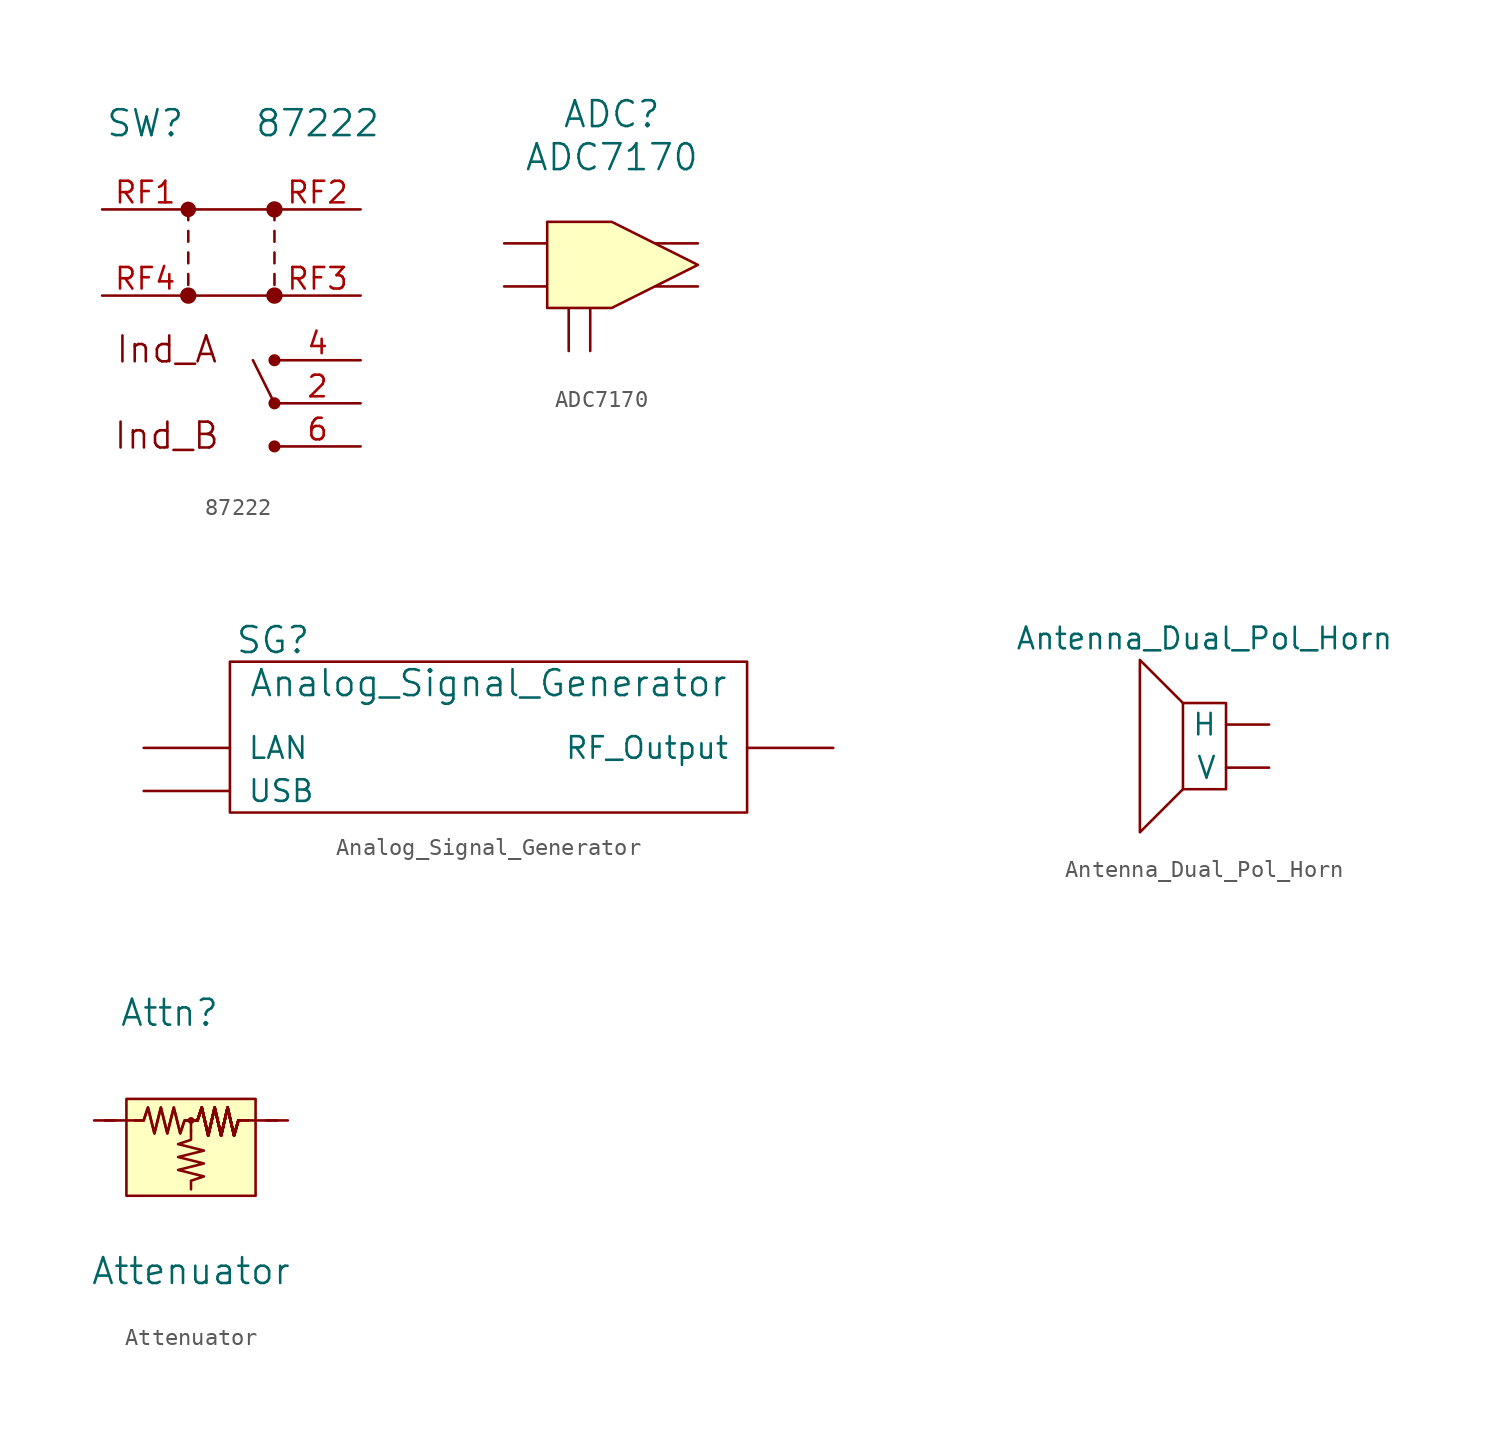
<source format=kicad_sym>
(kicad_symbol_lib
  (version 20211014)
  (generator kicad_symbol_editor)
  (symbol "87222"
    (pin_names
      (offset 1.016))
    (property "Reference" "SW"
      (at -5.08 10.16 0)
      (effects (font (size 1.524 1.524))))
    (property "Value" "87222"
      (at 5.08 10.16 0)
      (effects (font (size 1.524 1.524))))
    (property "Footprint" ""
      (at 0 3.81 0)
      (effects (font (size 1.524 1.524))))
    (property "Datasheet" ""
      (at 0 3.81 0)
      (effects (font (size 1.524 1.524))))
    (symbol "87222_0_0"
      (text "Ind_A" (at -3.81 -3.175 0) (effects (font (size 1.524 1.524))))
      (text "Ind_B" (at -3.81 -8.255 0) (effects (font (size 1.524 1.524)))))
    (symbol "87222_0_1"
      (circle (center -2.54 0) (radius 0.406) (stroke (width 0) (type default) (color 0 0 0 0)) (fill (type outline)))
      (circle (center -2.54 5.08) (radius 0.381) (stroke (width 0) (type default) (color 0 0 0 0)) (fill (type outline)))
      (polyline (pts (xy -2.54 0) (xy 2.54 0)) (stroke (width 0) (type default) (color 0 0 0 0)) (fill (type none)))
      (polyline (pts (xy -2.54 1.27) (xy -2.54 0.635)) (stroke (width 0) (type default) (color 0 0 0 0)) (fill (type none)))
      (polyline (pts (xy -2.54 2.54) (xy -2.54 1.905)) (stroke (width 0) (type default) (color 0 0 0 0)) (fill (type none)))
      (polyline (pts (xy -2.54 3.81) (xy -2.54 3.175)) (stroke (width 0) (type default) (color 0 0 0 0)) (fill (type none)))
      (polyline (pts (xy -2.54 5.08) (xy -2.54 4.445)) (stroke (width 0) (type default) (color 0 0 0 0)) (fill (type none)))
      (polyline (pts (xy -2.54 5.08) (xy 2.54 5.08)) (stroke (width 0) (type default) (color 0 0 0 0)) (fill (type none)))
      (polyline (pts (xy 2.54 -6.35) (xy 1.27 -3.81)) (stroke (width 0) (type default) (color 0 0 0 0)) (fill (type none)))
      (polyline (pts (xy 2.54 1.27) (xy 2.54 0.635)) (stroke (width 0) (type default) (color 0 0 0 0)) (fill (type none)))
      (polyline (pts (xy 2.54 2.54) (xy 2.54 1.905)) (stroke (width 0) (type default) (color 0 0 0 0)) (fill (type none)))
      (polyline (pts (xy 2.54 3.81) (xy 2.54 3.175)) (stroke (width 0) (type default) (color 0 0 0 0)) (fill (type none)))
      (polyline (pts (xy 2.54 5.08) (xy 2.54 4.445)) (stroke (width 0) (type default) (color 0 0 0 0)) (fill (type none)))
      (circle (center 2.54 -8.89) (radius 0.279) (stroke (width 0) (type default) (color 0 0 0 0)) (fill (type outline)))
      (circle (center 2.54 -6.35) (radius 0.279) (stroke (width 0) (type default) (color 0 0 0 0)) (fill (type outline)))
      (circle (center 2.54 -3.81) (radius 0.279) (stroke (width 0) (type default) (color 0 0 0 0)) (fill (type outline)))
      (circle (center 2.54 0) (radius 0.406) (stroke (width 0) (type default) (color 0 0 0 0)) (fill (type outline)))
      (circle (center 2.54 5.08) (radius 0.406) (stroke (width 0) (type default) (color 0 0 0 0)) (fill (type outline))))
    (symbol "87222_1_1"
      (pin input line (at 7.62 -6.35 180) (length 5.08) (name "~" (effects (font (size 1.27 1.27)))) (number "2" (effects (font (size 1.27 1.27)))))
      (pin input line (at 7.62 -3.81 180) (length 5.08) (name "~" (effects (font (size 1.27 1.27)))) (number "4" (effects (font (size 1.27 1.27)))))
      (pin input line (at 7.62 -8.89 180) (length 5.08) (name "~" (effects (font (size 1.27 1.27)))) (number "6" (effects (font (size 1.27 1.27)))))
      (pin input line (at -7.62 5.08 0) (length 5.08) (name "~" (effects (font (size 1.27 1.27)))) (number "RF1" (effects (font (size 1.27 1.27)))))
      (pin input line (at 7.62 5.08 180) (length 5.08) (name "~" (effects (font (size 1.27 1.27)))) (number "RF2" (effects (font (size 1.27 1.27)))))
      (pin input line (at 7.62 0 180) (length 5.08) (name "~" (effects (font (size 1.27 1.27)))) (number "RF3" (effects (font (size 1.27 1.27)))))
      (pin input line (at -7.62 0 0) (length 5.08) (name "~" (effects (font (size 1.27 1.27)))) (number "RF4" (effects (font (size 1.27 1.27)))))))
  (symbol "ADC7170"
    (pin_names
      (offset 1.016))
    (property "Reference" "ADC"
      (at -2.54 8.89 0)
      (effects (font (size 1.524 1.524))))
    (property "Value" "ADC7170"
      (at -2.54 6.35 0)
      (effects (font (size 1.524 1.524))))
    (property "Footprint" ""
      (at 0 0 0)
      (effects (font (size 1.524 1.524))))
    (property "Datasheet" ""
      (at 0 0 0)
      (effects (font (size 1.524 1.524))))
    (symbol "ADC7170_0_1"
      (polyline (pts (xy -6.35 2.54) (xy -2.54 2.54) (xy 2.54 0) (xy -2.54 -2.54) (xy -6.35 -2.54) (xy -6.35 2.54)) (stroke (width 0) (type default) (color 0 0 0 0)) (fill (type background))))
    (symbol "ADC7170_1_1"
      (pin output line (at -8.89 -1.27 0) (length 2.489) (name "~" (effects (font (size 1.27 1.27)))) (number "~" (effects (font (size 1.27 1.27)))))
      (pin output line (at -8.89 1.27 0) (length 2.489) (name "~" (effects (font (size 1.27 1.27)))) (number "~" (effects (font (size 1.27 1.27)))))
      (pin input line (at -5.08 -5.08 90) (length 2.489) (name "~" (effects (font (size 1.27 1.27)))) (number "~" (effects (font (size 1.27 1.27)))))
      (pin input line (at -3.81 -5.08 90) (length 2.489) (name "~" (effects (font (size 1.27 1.27)))) (number "~" (effects (font (size 1.27 1.27)))))
      (pin input line (at 2.54 -1.27 180) (length 2.489) (name "~" (effects (font (size 1.27 1.27)))) (number "~" (effects (font (size 1.27 1.27)))))
      (pin input line (at 2.54 1.27 180) (length 2.489) (name "~" (effects (font (size 1.27 1.27)))) (number "~" (effects (font (size 1.27 1.27)))))))
  (symbol "Analog_Signal_Generator"
    (pin_names
      (offset 1.016))
    (property "Reference" "SG"
      (at -11.43 3.81 0)
      (effects (font (size 1.524 1.524))))
    (property "Value" "Analog_Signal_Generator"
      (at 1.27 1.27 0)
      (effects (font (size 1.524 1.524))))
    (property "Footprint" ""
      (at 0 0 0)
      (effects (font (size 1.524 1.524))))
    (property "Datasheet" ""
      (at 0 0 0)
      (effects (font (size 1.524 1.524))))
    (symbol "Analog_Signal_Generator_0_0"
      (rectangle (start -13.97 2.54) (end 16.51 -6.35) (stroke (width 0) (type default) (color 0 0 0 0)) (fill (type none))))
    (symbol "Analog_Signal_Generator_1_1"
      (pin input line (at -19.05 -2.54 0) (length 5.08) (name "LAN" (effects (font (size 1.27 1.27)))) (number "~" (effects (font (size 1.27 1.27)))))
      (pin input line (at 21.59 -2.54 180) (length 5.08) (name "RF_Output~{}" (effects (font (size 1.27 1.27)))) (number "~" (effects (font (size 1.27 1.27)))))
      (pin input line (at -19.05 -5.08 0) (length 5.08) (name "USB" (effects (font (size 1.27 1.27)))) (number "~" (effects (font (size 1.27 1.27)))))))
  (symbol "Antenna_Dual_Pol_Horn"
    (property "Reference" "U"
      (at 0 12.7 0)
      (effects (font (size 1.27 1.27)) hide))
    (property "Value" "Antenna_Dual_Pol_Horn"
      (at 0 6.35 0)
      (effects (font (size 1.27 1.27))))
    (symbol "Antenna_Dual_Pol_Horn_0_1"
      (polyline (pts (xy -1.27 2.54) (xy -3.81 5.08) (xy -3.81 -5.08) (xy -1.27 -2.54)) (stroke (width 0) (type default) (color 0 0 0 0)) (fill (type none)))
      (rectangle (start 1.27 2.54) (end -1.27 -2.54) (stroke (width 0) (type default) (color 0 0 0 0)) (fill (type none))))
    (symbol "Antenna_Dual_Pol_Horn_1_1"
      (pin bidirectional line (at 3.81 1.27 180) (length 2.54) (name "H" (effects (font (size 1.27 1.27)))) (number "" (effects (font (size 1.27 1.27)))))
      (pin bidirectional line (at 3.81 -1.27 180) (length 2.54) (name "V" (effects (font (size 1.27 1.27)))) (number "" (effects (font (size 1.27 1.27)))))))
  (symbol "Attenuator"
    (pin_names
      (offset 1.016))
    (property "Reference" "Attn"
      (at -1.27 6.35 0)
      (effects (font (size 1.524 1.524))))
    (property "Value" "Attenuator"
      (at 0 -8.89 0)
      (effects (font (size 1.524 1.524))))
    (property "Footprint" ""
      (at 1.27 1.27 0)
      (effects (font (size 1.524 1.524))))
    (property "Datasheet" ""
      (at 1.27 1.27 0)
      (effects (font (size 1.524 1.524))))
    (symbol "Attenuator_0_1"
      (rectangle (start -3.81 1.27) (end 3.81 -4.445) (stroke (width 0) (type default) (color 0 0 0 0)) (fill (type background)))
      (polyline (pts (xy -5.08 0) (xy -4.445 0)) (stroke (width 0) (type default) (color 0 0 0 0)) (fill (type none)))
      (polyline (pts (xy -3.302 0) (xy -2.921 0)) (stroke (width 0) (type default) (color 0 0 0 0)) (fill (type none)))
      (polyline (pts (xy -2.794 0) (xy -3.048 0)) (stroke (width 0) (type default) (color 0 0 0 0)) (fill (type none)))
      (polyline (pts (xy 0 -0.635) (xy 0 0)) (stroke (width 0) (type default) (color 0 0 0 0)) (fill (type none)))
      (polyline (pts (xy 2.794 0) (xy 3.048 0)) (stroke (width 0) (type default) (color 0 0 0 0)) (fill (type none)))
      (polyline (pts (xy 3.429 0) (xy 2.921 0)) (stroke (width 0) (type default) (color 0 0 0 0)) (fill (type none)))
      (polyline (pts (xy 5.08 0) (xy 4.445 0)) (stroke (width 0) (type default) (color 0 0 0 0)) (fill (type none)))
      (polyline (pts (xy -2.794 0) (xy -2.54 0.762) (xy -2.159 -0.762) (xy -1.778 0.762) (xy -1.397 -0.762) (xy -1.016 0.762) (xy -0.635 -0.762) (xy -0.381 0) (xy -0.254 0)) (stroke (width 0) (type default) (color 0 0 0 0)) (fill (type none)))
      (polyline (pts (xy -2.794 0) (xy -2.54 0.762) (xy -2.159 -0.762) (xy -1.778 0.762) (xy -1.397 -0.762) (xy -1.016 0.762) (xy -0.635 -0.762) (xy -0.381 0) (xy -0.254 0)) (stroke (width 0) (type default) (color 0 0 0 0)) (fill (type none)))
      (polyline (pts (xy -0.254 0) (xy 0.127 0) (xy 0.381 0) (xy 0.635 0.762) (xy 1.016 -0.889) (xy 1.397 0.762) (xy 1.778 -0.889) (xy 2.159 0.762) (xy 2.54 -0.889) (xy 2.794 0)) (stroke (width 0) (type default) (color 0 0 0 0)) (fill (type none)))
      (polyline (pts (xy -0.254 0) (xy 0.127 0) (xy 0.381 0) (xy 0.635 0.762) (xy 1.016 -0.889) (xy 1.397 0.762) (xy 1.778 -0.889) (xy 2.159 0.762) (xy 2.54 -0.889) (xy 2.794 0)) (stroke (width 0) (type default) (color 0 0 0 0)) (fill (type none)))
      (polyline (pts (xy -0.254 0) (xy 0.127 0) (xy 0.381 0) (xy 0.635 0.762) (xy 1.016 -0.889) (xy 1.397 0.762) (xy 1.778 -0.889) (xy 2.159 0.762) (xy 2.54 -0.889) (xy 2.794 0)) (stroke (width 0) (type default) (color 0 0 0 0)) (fill (type none)))
      (polyline (pts (xy -0.254 0) (xy 0.127 0) (xy 0.381 0) (xy 0.635 0.762) (xy 1.016 -0.889) (xy 1.397 0.762) (xy 1.778 -0.889) (xy 2.159 0.762) (xy 2.54 -0.889) (xy 2.794 0)) (stroke (width 0) (type default) (color 0 0 0 0)) (fill (type none)))
      (polyline (pts (xy -0.254 0) (xy 0.127 0) (xy 0.381 0) (xy 0.635 0.762) (xy 1.016 -0.889) (xy 1.397 0.762) (xy 1.778 -0.889) (xy 2.159 0.762) (xy 2.54 -0.889) (xy 2.794 0)) (stroke (width 0) (type default) (color 0 0 0 0)) (fill (type none)))
      (polyline (pts (xy -0.254 0) (xy 0.127 0) (xy 0.381 0) (xy 0.635 0.762) (xy 1.016 -0.889) (xy 1.397 0.762) (xy 1.778 -0.889) (xy 2.159 0.762) (xy 2.54 -0.889) (xy 2.794 0)) (stroke (width 0) (type default) (color 0 0 0 0)) (fill (type none)))
      (polyline (pts (xy -0.254 0) (xy 0.127 0) (xy 0.381 0) (xy 0.635 0.762) (xy 1.016 -0.889) (xy 1.397 0.762) (xy 1.778 -0.889) (xy 2.159 0.762) (xy 2.54 -0.889) (xy 2.794 0)) (stroke (width 0) (type default) (color 0 0 0 0)) (fill (type none)))
      (polyline (pts (xy -0.254 0) (xy 0.127 0) (xy 0.381 0) (xy 0.635 0.762) (xy 1.016 -0.889) (xy 1.397 0.762) (xy 1.778 -0.889) (xy 2.159 0.762) (xy 2.54 -0.889) (xy 2.794 0)) (stroke (width 0) (type default) (color 0 0 0 0)) (fill (type none)))
      (polyline (pts (xy 0 -0.635) (xy 0 -1.143) (xy -0.762 -1.397) (xy 0.762 -1.778) (xy -0.762 -2.159) (xy 0.762 -2.54) (xy -0.762 -2.921) (xy 0.762 -3.302) (xy 0 -3.556) (xy 0 -4.064)) (stroke (width 0) (type default) (color 0 0 0 0)) (fill (type none)))
      (circle (center 0 0) (radius 0.127) (stroke (width 0) (type default) (color 0 0 0 0)) (fill (type none))))
    (symbol "Attenuator_1_1"
      (pin input line (at -5.715 0 0) (length 2.54) (name "~" (effects (font (size 1.27 1.27)))) (number "~" (effects (font (size 1.27 1.27)))))
      (pin input line (at 5.715 0 180) (length 2.54) (name "~" (effects (font (size 1.27 1.27)))) (number "~" (effects (font (size 1.27 1.27))))))))
</source>
